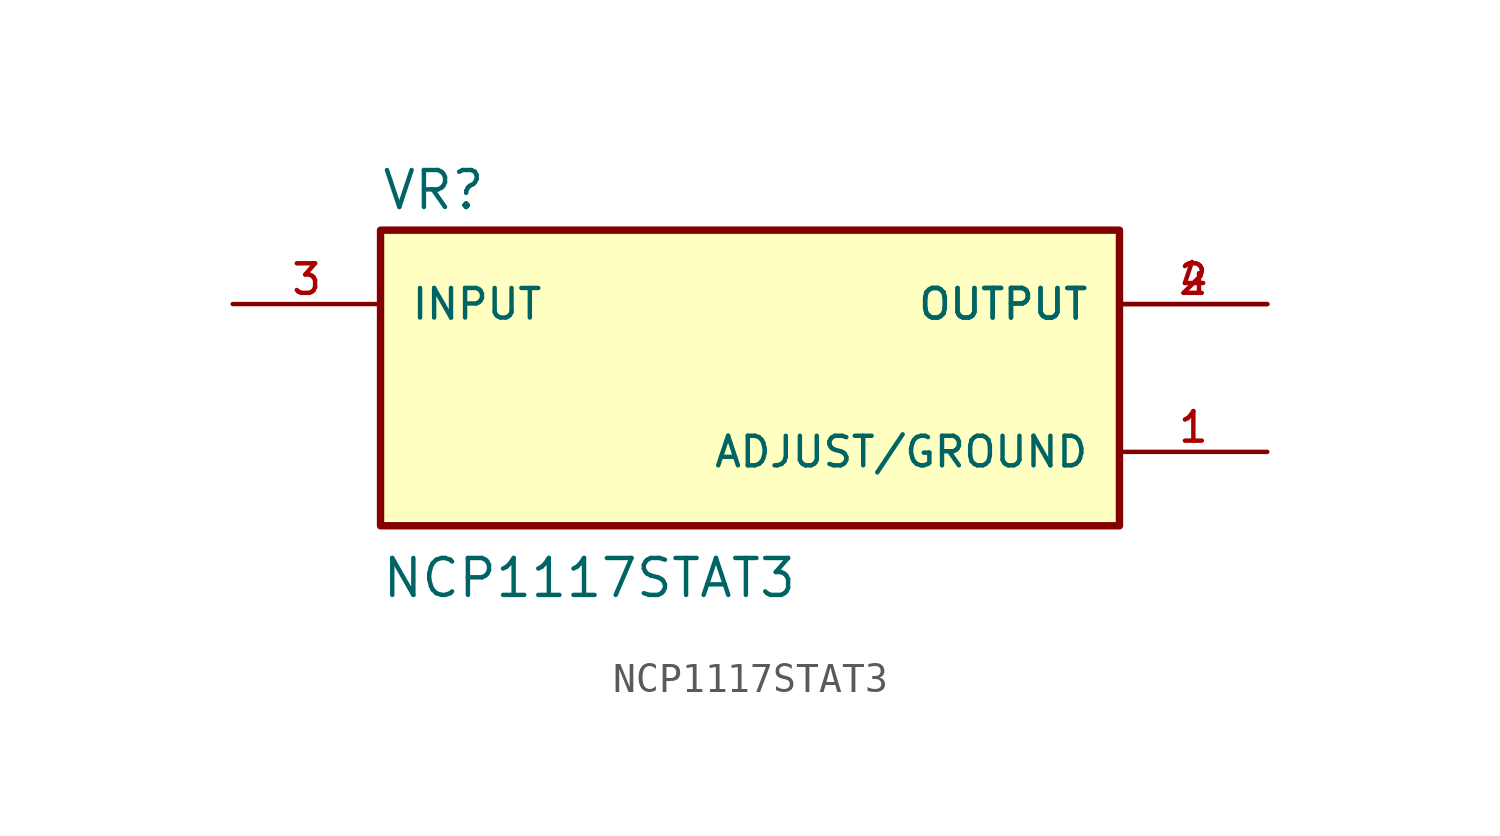
<source format=kicad_sym>
(kicad_symbol_lib
  (version 20211014)
  (generator kicad_symbol_editor)
  (symbol "NCP1117STAT3"
    (pin_names
      (offset 1.016))
    (property "Reference" "VR"
      (at -12.7 5.715 0)
      (effects (font (size 1.27 1.27)) (justify bottom left)))
    (property "Value" "NCP1117STAT3"
      (at -12.7 -7.62 0)
      (effects (font (size 1.27 1.27)) (justify bottom left)))
    (symbol "NCP1117STAT3_0_0"
      (rectangle (start -12.7 -5.08) (end 12.7 5.08) (stroke (width 0.254)) (fill (type background)))
      (pin passive line (at 17.78 -2.54 180.0) (length 5.08) (name "ADJUST/GROUND" (effects (font (size 1.016 1.016)))) (number "1" (effects (font (size 1.016 1.016)))))
      (pin output line (at 17.78 2.54 180.0) (length 5.08) (name "OUTPUT" (effects (font (size 1.016 1.016)))) (number "2" (effects (font (size 1.016 1.016)))))
      (pin output line (at 17.78 2.54 180.0) (length 5.08) (name "OUTPUT" (effects (font (size 1.016 1.016)))) (number "4" (effects (font (size 1.016 1.016)))))
      (pin input line (at -17.78 2.54 0) (length 5.08) (name "INPUT" (effects (font (size 1.016 1.016)))) (number "3" (effects (font (size 1.016 1.016))))))))
</source>
